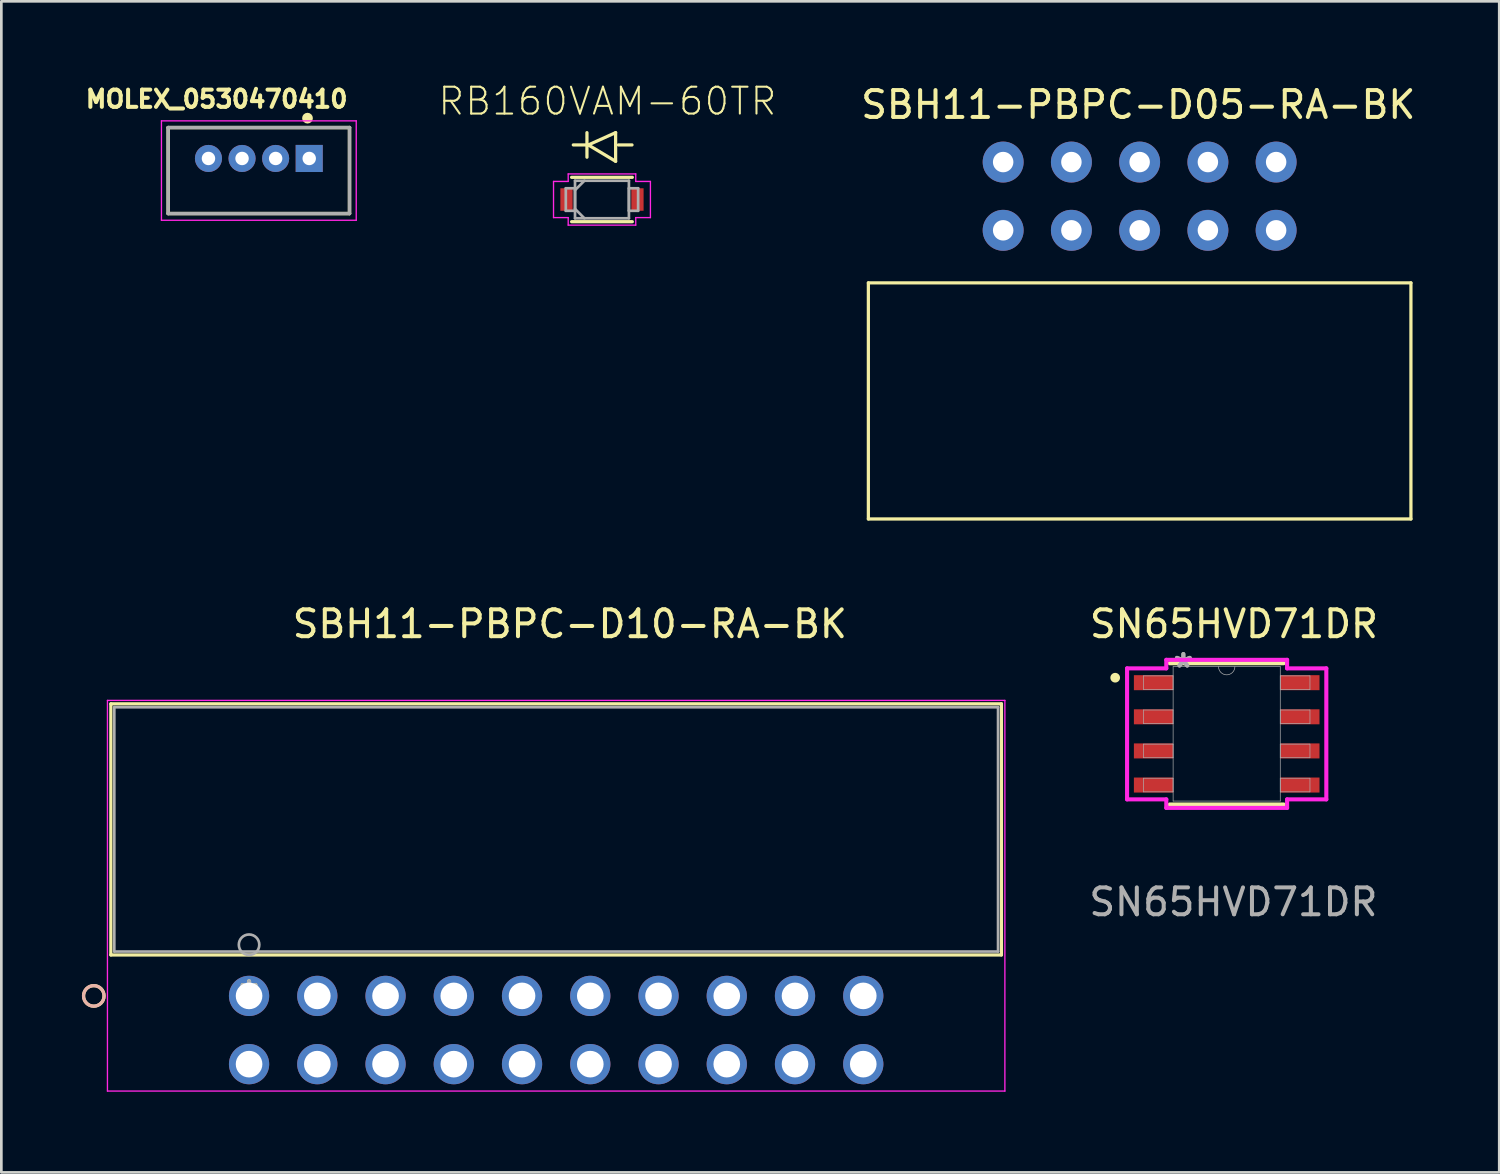
<source format=kicad_pcb>
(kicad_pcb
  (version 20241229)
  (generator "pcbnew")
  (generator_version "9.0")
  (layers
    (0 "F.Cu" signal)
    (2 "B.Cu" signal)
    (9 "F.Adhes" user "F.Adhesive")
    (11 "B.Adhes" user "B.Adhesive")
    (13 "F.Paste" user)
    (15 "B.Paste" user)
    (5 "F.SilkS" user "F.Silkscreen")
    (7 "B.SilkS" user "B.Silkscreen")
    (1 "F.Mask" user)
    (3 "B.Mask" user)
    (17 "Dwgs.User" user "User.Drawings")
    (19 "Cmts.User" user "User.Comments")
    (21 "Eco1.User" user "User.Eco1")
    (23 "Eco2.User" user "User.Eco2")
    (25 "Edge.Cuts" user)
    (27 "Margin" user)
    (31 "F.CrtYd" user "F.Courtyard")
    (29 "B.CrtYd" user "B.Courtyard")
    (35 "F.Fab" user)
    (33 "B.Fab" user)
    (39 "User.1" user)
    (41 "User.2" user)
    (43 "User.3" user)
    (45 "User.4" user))
  (footprint "RB160VAM-60TR"
    (layer "F.Cu")
    (at 19.355 4.376)
    (property "Reference" "RB160VAM-60TR" (at 0.203 -3.658 0) (layer "F.SilkS") (effects (font (size 1 1) (thickness 0.076))))
    (attr through_hole)
    (fp_line (start -1.13 0.826) (end 1.13 0.826) (stroke (width 0.12) (type solid)) (layer "F.SilkS"))
    (fp_line (start -0.559 -2.489) (end -0.559 -1.575) (stroke (width 0.12) (type solid)) (layer "F.SilkS"))
    (fp_line (start -0.508 -2.032) (end -1.067 -2.032) (stroke (width 0.12) (type solid)) (layer "F.SilkS"))
    (fp_line (start -0.508 -2.032) (end 0.508 -2.489) (stroke (width 0.12) (type solid)) (layer "F.SilkS"))
    (fp_line (start 0.508 -2.489) (end 0.508 -1.422) (stroke (width 0.12) (type solid)) (layer "F.SilkS"))
    (fp_line (start 0.508 -1.422) (end -0.508 -2.032) (stroke (width 0.12) (type solid)) (layer "F.SilkS"))
    (fp_line (start 0.61 -2.032) (end 1.118 -2.032) (stroke (width 0.12) (type solid)) (layer "F.SilkS"))
    (fp_line (start 1.13 -0.826) (end -1.13 -0.826) (stroke (width 0.12) (type solid)) (layer "F.SilkS"))
    (fp_line (start -1.803 -0.673) (end -1.257 -0.673) (stroke (width 0.05) (type solid)) (layer "F.CrtYd"))
    (fp_line (start -1.803 0.673) (end -1.803 -0.673) (stroke (width 0.05) (type solid)) (layer "F.CrtYd"))
    (fp_line (start -1.257 -0.953) (end 1.257 -0.953) (stroke (width 0.05) (type solid)) (layer "F.CrtYd"))
    (fp_line (start -1.257 -0.673) (end -1.257 -0.953) (stroke (width 0.05) (type solid)) (layer "F.CrtYd"))
    (fp_line (start -1.257 0.673) (end -1.803 0.673) (stroke (width 0.05) (type solid)) (layer "F.CrtYd"))
    (fp_line (start -1.257 0.953) (end -1.257 0.673) (stroke (width 0.05) (type solid)) (layer "F.CrtYd"))
    (fp_line (start 1.257 -0.953) (end 1.257 -0.673) (stroke (width 0.05) (type solid)) (layer "F.CrtYd"))
    (fp_line (start 1.257 -0.673) (end 1.803 -0.673) (stroke (width 0.05) (type solid)) (layer "F.CrtYd"))
    (fp_line (start 1.257 0.673) (end 1.257 0.953) (stroke (width 0.05) (type solid)) (layer "F.CrtYd"))
    (fp_line (start 1.257 0.953) (end -1.257 0.953) (stroke (width 0.05) (type solid)) (layer "F.CrtYd"))
    (fp_line (start 1.803 -0.673) (end 1.803 0.673) (stroke (width 0.05) (type solid)) (layer "F.CrtYd"))
    (fp_line (start 1.803 0.673) (end 1.257 0.673) (stroke (width 0.05) (type solid)) (layer "F.CrtYd"))
    (fp_line (start -1.346 -0.419) (end -1.346 0.419) (stroke (width 0.1) (type solid)) (layer "F.Fab"))
    (fp_line (start -1.346 0.419) (end -1.003 0.419) (stroke (width 0.1) (type solid)) (layer "F.Fab"))
    (fp_line (start -1.003 -0.699) (end -1.003 0.699) (stroke (width 0.1) (type solid)) (layer "F.Fab"))
    (fp_line (start -1.003 -0.419) (end -1.346 -0.419) (stroke (width 0.1) (type solid)) (layer "F.Fab"))
    (fp_line (start -1.003 -0.349) (end -0.654 -0.699) (stroke (width 0.1) (type solid)) (layer "F.Fab"))
    (fp_line (start -1.003 0.349) (end -0.654 0.699) (stroke (width 0.1) (type solid)) (layer "F.Fab"))
    (fp_line (start -1.003 0.419) (end -1.003 -0.419) (stroke (width 0.1) (type solid)) (layer "F.Fab"))
    (fp_line (start -1.003 0.699) (end 1.003 0.699) (stroke (width 0.1) (type solid)) (layer "F.Fab"))
    (fp_line (start 1.003 -0.699) (end -1.003 -0.699) (stroke (width 0.1) (type solid)) (layer "F.Fab"))
    (fp_line (start 1.003 -0.419) (end 1.003 0.419) (stroke (width 0.1) (type solid)) (layer "F.Fab"))
    (fp_line (start 1.003 0.419) (end 1.346 0.419) (stroke (width 0.1) (type solid)) (layer "F.Fab"))
    (fp_line (start 1.003 0.699) (end 1.003 -0.699) (stroke (width 0.1) (type solid)) (layer "F.Fab"))
    (fp_line (start 1.346 -0.419) (end 1.003 -0.419) (stroke (width 0.1) (type solid)) (layer "F.Fab"))
    (fp_line (start 1.346 0.419) (end 1.346 -0.419) (stroke (width 0.1) (type solid)) (layer "F.Fab"))
    (pad "1" smd rect (at -1.321 0) (size 0.457 0.838) (layers "F.Cu" "F.Mask" "F.Paste"))
    (pad "2" smd rect (at 1.321 0) (size 0.457 0.838) (layers "F.Cu" "F.Mask" "F.Paste")))
  (footprint "SBH11-PBPC-D10-RA-BK"
    (layer "F.Cu")
    (at 6.22 34.017)
    (property "Reference" "SBH11-PBPC-D10-RA-BK" (at 11.938 -13.843 0) (layer "F.SilkS") (effects (font (size 1 1) (thickness 0.15))))
    (attr through_hole)
    (fp_line (start -5.144 -10.871) (end -5.144 -1.524) (stroke (width 0.12) (type solid)) (layer "F.SilkS"))
    (fp_line (start -5.144 -1.524) (end 28.003 -1.524) (stroke (width 0.12) (type solid)) (layer "F.SilkS"))
    (fp_line (start 28.003 -10.871) (end -5.144 -10.871) (stroke (width 0.12) (type solid)) (layer "F.SilkS"))
    (fp_line (start 28.003 -1.524) (end 28.003 -10.871) (stroke (width 0.12) (type solid)) (layer "F.SilkS"))
    (fp_circle (center -5.779 0) (end -5.397 0) (stroke (width 0.12) (type solid)) (fill no) (layer "F.SilkS"))
    (fp_circle (center -5.779 0) (end -5.397 0) (stroke (width 0.12) (type solid)) (fill no) (layer "B.SilkS"))
    (fp_line (start -5.271 -10.998) (end -5.271 3.543) (stroke (width 0.05) (type solid)) (layer "F.CrtYd"))
    (fp_line (start -5.271 3.543) (end 28.131 3.543) (stroke (width 0.05) (type solid)) (layer "F.CrtYd"))
    (fp_line (start 28.131 -10.998) (end -5.271 -10.998) (stroke (width 0.05) (type solid)) (layer "F.CrtYd"))
    (fp_line (start 28.131 3.543) (end 28.131 -10.998) (stroke (width 0.05) (type solid)) (layer "F.CrtYd"))
    (fp_line (start -5.016 -10.744) (end -5.016 -1.651) (stroke (width 0.1) (type solid)) (layer "F.Fab"))
    (fp_line (start -5.016 -1.651) (end 27.877 -1.651) (stroke (width 0.1) (type solid)) (layer "F.Fab"))
    (fp_line (start 27.877 -10.744) (end -5.016 -10.744) (stroke (width 0.1) (type solid)) (layer "F.Fab"))
    (fp_line (start 27.877 -1.651) (end 27.877 -10.744) (stroke (width 0.1) (type solid)) (layer "F.Fab"))
    (fp_circle (center 0 -1.905) (end 0.381 -1.905) (stroke (width 0.1) (type solid)) (fill no) (layer "F.Fab"))
    (fp_text user "*" (at 0 0 0) (layer "F.SilkS") (effects (font (size 1 1) (thickness 0.15))))
    (fp_text user "*" (at 0 0 0) (layer "F.Fab") (effects (font (size 1 1) (thickness 0.15))))
    (pad "1" thru_hole circle (at 22.86 2.54) (size 1.499 1.499) (drill 0.991) (layers "*.Cu" "*.Mask"))
    (pad "2" thru_hole circle (at 22.86 0) (size 1.499 1.499) (drill 0.991) (layers "*.Cu" "*.Mask"))
    (pad "3" thru_hole circle (at 20.32 2.54) (size 1.499 1.499) (drill 0.991) (layers "*.Cu" "*.Mask"))
    (pad "4" thru_hole circle (at 20.32 0) (size 1.499 1.499) (drill 0.991) (layers "*.Cu" "*.Mask"))
    (pad "5" thru_hole circle (at 17.78 2.54) (size 1.499 1.499) (drill 0.991) (layers "*.Cu" "*.Mask"))
    (pad "6" thru_hole circle (at 17.78 0) (size 1.499 1.499) (drill 0.991) (layers "*.Cu" "*.Mask"))
    (pad "7" thru_hole circle (at 15.24 2.54) (size 1.499 1.499) (drill 0.991) (layers "*.Cu" "*.Mask"))
    (pad "8" thru_hole circle (at 15.24 0) (size 1.499 1.499) (drill 0.991) (layers "*.Cu" "*.Mask"))
    (pad "9" thru_hole circle (at 12.7 2.54) (size 1.499 1.499) (drill 0.991) (layers "*.Cu" "*.Mask"))
    (pad "10" thru_hole circle (at 12.7 0) (size 1.499 1.499) (drill 0.991) (layers "*.Cu" "*.Mask"))
    (pad "11" thru_hole circle (at 10.16 2.54) (size 1.499 1.499) (drill 0.991) (layers "*.Cu" "*.Mask"))
    (pad "12" thru_hole circle (at 10.16 0) (size 1.499 1.499) (drill 0.991) (layers "*.Cu" "*.Mask"))
    (pad "13" thru_hole circle (at 7.62 2.54) (size 1.499 1.499) (drill 0.991) (layers "*.Cu" "*.Mask"))
    (pad "14" thru_hole circle (at 7.62 0) (size 1.499 1.499) (drill 0.991) (layers "*.Cu" "*.Mask"))
    (pad "15" thru_hole circle (at 5.08 2.54) (size 1.499 1.499) (drill 0.991) (layers "*.Cu" "*.Mask"))
    (pad "16" thru_hole circle (at 5.08 0) (size 1.499 1.499) (drill 0.991) (layers "*.Cu" "*.Mask"))
    (pad "17" thru_hole circle (at 2.54 2.54) (size 1.499 1.499) (drill 0.991) (layers "*.Cu" "*.Mask"))
    (pad "18" thru_hole circle (at 2.54 0) (size 1.499 1.499) (drill 0.991) (layers "*.Cu" "*.Mask"))
    (pad "19" thru_hole circle (at 0 2.54) (size 1.499 1.499) (drill 0.991) (layers "*.Cu" "*.Mask"))
    (pad "20" thru_hole circle (at 0 0) (size 1.499 1.499) (drill 0.991) (layers "*.Cu" "*.Mask")))
  (footprint "SBH11-PBPC-D05-RA-BK"
    (layer "F.Cu")
    (at 39.367 4.252)
    (property "Reference" "SBH11-PBPC-D05-RA-BK" (at -0.051 -3.404 0) (layer "F.SilkS") (effects (font (size 1 1) (thickness 0.15))))
    (attr through_hole)
    (fp_line (start -10.097 3.226) (end -10.097 12.014) (stroke (width 0.12) (type solid)) (layer "F.SilkS"))
    (fp_line (start -10.097 3.226) (end 10.097 3.226) (stroke (width 0.12) (type solid)) (layer "F.SilkS"))
    (fp_line (start -10.097 12.014) (end 10.097 12.014) (stroke (width 0.12) (type solid)) (layer "F.SilkS"))
    (fp_line (start 10.097 3.226) (end 10.097 12.014) (stroke (width 0.12) (type solid)) (layer "F.SilkS"))
    (pad "1" thru_hole circle (at -5.08 -1.27) (size 1.524 1.524) (drill 0.762) (layers "*.Cu" "*.Mask"))
    (pad "2" thru_hole circle (at -2.54 -1.27) (size 1.524 1.524) (drill 0.762) (layers "*.Cu" "*.Mask"))
    (pad "3" thru_hole circle (at 0 -1.27) (size 1.524 1.524) (drill 0.762) (layers "*.Cu" "*.Mask"))
    (pad "4" thru_hole circle (at 2.54 -1.27) (size 1.524 1.524) (drill 0.762) (layers "*.Cu" "*.Mask"))
    (pad "5" thru_hole circle (at 5.08 -1.27) (size 1.524 1.524) (drill 0.762) (layers "*.Cu" "*.Mask"))
    (pad "6" thru_hole circle (at -5.08 1.27) (size 1.524 1.524) (drill 0.762) (layers "*.Cu" "*.Mask"))
    (pad "7" thru_hole circle (at -2.54 1.27) (size 1.524 1.524) (drill 0.762) (layers "*.Cu" "*.Mask"))
    (pad "8" thru_hole circle (at 0 1.27) (size 1.524 1.524) (drill 0.762) (layers "*.Cu" "*.Mask"))
    (pad "9" thru_hole circle (at 2.54 1.27) (size 1.524 1.524) (drill 0.762) (layers "*.Cu" "*.Mask"))
    (pad "10" thru_hole circle (at 5.08 1.27) (size 1.524 1.524) (drill 0.762) (layers "*.Cu" "*.Mask")))
  (footprint "MOLEX_0530470410"
    (layer "F.Cu")
    (at 6.584 2.848)
    (property "Reference" "MOLEX_0530470410" (at -1.57 -2.21 0) (layer "F.SilkS") (effects (font (size 0.641 0.641) (thickness 0.15))))
    (attr through_hole)
    (fp_line (start -3.375 -1.15) (end 3.375 -1.15) (stroke (width 0.127) (type solid)) (layer "F.SilkS"))
    (fp_line (start -3.375 2.05) (end -3.375 -1.15) (stroke (width 0.127) (type solid)) (layer "F.SilkS"))
    (fp_line (start 3.375 -1.15) (end 3.375 2.05) (stroke (width 0.127) (type solid)) (layer "F.SilkS"))
    (fp_line (start 3.375 2.05) (end -3.375 2.05) (stroke (width 0.127) (type solid)) (layer "F.SilkS"))
    (fp_circle (center 1.811 -1.5) (end 1.911 -1.5) (stroke (width 0.2) (type solid)) (fill no) (layer "F.SilkS"))
    (fp_line (start -3.625 -1.4) (end 3.625 -1.4) (stroke (width 0.05) (type solid)) (layer "F.CrtYd"))
    (fp_line (start -3.625 2.3) (end -3.625 -1.4) (stroke (width 0.05) (type solid)) (layer "F.CrtYd"))
    (fp_line (start 3.625 -1.4) (end 3.625 2.3) (stroke (width 0.05) (type solid)) (layer "F.CrtYd"))
    (fp_line (start 3.625 2.3) (end -3.625 2.3) (stroke (width 0.05) (type solid)) (layer "F.CrtYd"))
    (fp_line (start -3.375 -1.15) (end 3.375 -1.15) (stroke (width 0.127) (type solid)) (layer "F.Fab"))
    (fp_line (start -3.375 2.05) (end -3.375 -1.15) (stroke (width 0.127) (type solid)) (layer "F.Fab"))
    (fp_line (start 3.375 -1.15) (end 3.375 2.05) (stroke (width 0.127) (type solid)) (layer "F.Fab"))
    (fp_line (start 3.375 2.05) (end -3.375 2.05) (stroke (width 0.127) (type solid)) (layer "F.Fab"))
    (pad "1" thru_hole rect (at 1.875 0) (size 1.008 1.008) (drill 0.5) (layers "*.Cu" "*.Mask"))
    (pad "2" thru_hole circle (at 0.625 0) (size 1.008 1.008) (drill 0.5) (layers "*.Cu" "*.Mask"))
    (pad "3" thru_hole circle (at -0.625 0) (size 1.008 1.008) (drill 0.5) (layers "*.Cu" "*.Mask"))
    (pad "4" thru_hole circle (at -1.875 0) (size 1.008 1.008) (drill 0.5) (layers "*.Cu" "*.Mask")))
  (footprint "SN65HVD71DR"
    (layer "F.Cu")
    (at 42.607 24.264)
    (property "Reference" "SN65HVD71DR" (at 0.27 -4.09 0) (unlocked yes) (layer "F.SilkS") (effects (font (size 1 1) (thickness 0.15))))
    (attr smd)
    (fp_line (start -2.121 2.629) (end 2.121 2.629) (stroke (width 0.152) (type solid)) (layer "F.SilkS"))
    (fp_line (start 2.121 -2.629) (end -2.121 -2.629) (stroke (width 0.152) (type solid)) (layer "F.SilkS"))
    (fp_circle (center -4.15 -2.09) (end -4.03 -2.09) (stroke (width 0.12) (type solid)) (fill yes) (layer "F.SilkS"))
    (fp_line (start -3.708 -2.438) (end -2.248 -2.438) (stroke (width 0.152) (type solid)) (layer "F.CrtYd"))
    (fp_line (start -3.708 2.438) (end -3.708 -2.438) (stroke (width 0.152) (type solid)) (layer "F.CrtYd"))
    (fp_line (start -3.708 2.438) (end -2.248 2.438) (stroke (width 0.152) (type solid)) (layer "F.CrtYd"))
    (fp_line (start -2.248 -2.756) (end 2.248 -2.756) (stroke (width 0.152) (type solid)) (layer "F.CrtYd"))
    (fp_line (start -2.248 -2.438) (end -2.248 -2.756) (stroke (width 0.152) (type solid)) (layer "F.CrtYd"))
    (fp_line (start -2.248 2.756) (end -2.248 2.438) (stroke (width 0.152) (type solid)) (layer "F.CrtYd"))
    (fp_line (start 2.248 -2.756) (end 2.248 -2.438) (stroke (width 0.152) (type solid)) (layer "F.CrtYd"))
    (fp_line (start 2.248 2.438) (end 2.248 2.756) (stroke (width 0.152) (type solid)) (layer "F.CrtYd"))
    (fp_line (start 2.248 2.756) (end -2.248 2.756) (stroke (width 0.152) (type solid)) (layer "F.CrtYd"))
    (fp_line (start 3.708 -2.438) (end 2.248 -2.438) (stroke (width 0.152) (type solid)) (layer "F.CrtYd"))
    (fp_line (start 3.708 -2.438) (end 3.708 2.438) (stroke (width 0.152) (type solid)) (layer "F.CrtYd"))
    (fp_line (start 3.708 2.438) (end 2.248 2.438) (stroke (width 0.152) (type solid)) (layer "F.CrtYd"))
    (fp_line (start -3.099 -2.159) (end -3.099 -1.651) (stroke (width 0.025) (type solid)) (layer "F.Fab"))
    (fp_line (start -3.099 -1.651) (end -1.994 -1.651) (stroke (width 0.025) (type solid)) (layer "F.Fab"))
    (fp_line (start -3.099 -0.889) (end -3.099 -0.381) (stroke (width 0.025) (type solid)) (layer "F.Fab"))
    (fp_line (start -3.099 -0.381) (end -1.994 -0.381) (stroke (width 0.025) (type solid)) (layer "F.Fab"))
    (fp_line (start -3.099 0.381) (end -3.099 0.889) (stroke (width 0.025) (type solid)) (layer "F.Fab"))
    (fp_line (start -3.099 0.889) (end -1.994 0.889) (stroke (width 0.025) (type solid)) (layer "F.Fab"))
    (fp_line (start -3.099 1.651) (end -3.099 2.159) (stroke (width 0.025) (type solid)) (layer "F.Fab"))
    (fp_line (start -3.099 2.159) (end -1.994 2.159) (stroke (width 0.025) (type solid)) (layer "F.Fab"))
    (fp_line (start -1.994 -2.502) (end -1.994 2.502) (stroke (width 0.025) (type solid)) (layer "F.Fab"))
    (fp_line (start -1.994 -2.159) (end -3.099 -2.159) (stroke (width 0.025) (type solid)) (layer "F.Fab"))
    (fp_line (start -1.994 -1.651) (end -1.994 -2.159) (stroke (width 0.025) (type solid)) (layer "F.Fab"))
    (fp_line (start -1.994 -0.889) (end -3.099 -0.889) (stroke (width 0.025) (type solid)) (layer "F.Fab"))
    (fp_line (start -1.994 -0.381) (end -1.994 -0.889) (stroke (width 0.025) (type solid)) (layer "F.Fab"))
    (fp_line (start -1.994 0.381) (end -3.099 0.381) (stroke (width 0.025) (type solid)) (layer "F.Fab"))
    (fp_line (start -1.994 0.889) (end -1.994 0.381) (stroke (width 0.025) (type solid)) (layer "F.Fab"))
    (fp_line (start -1.994 1.651) (end -3.099 1.651) (stroke (width 0.025) (type solid)) (layer "F.Fab"))
    (fp_line (start -1.994 2.159) (end -1.994 1.651) (stroke (width 0.025) (type solid)) (layer "F.Fab"))
    (fp_line (start -1.994 2.502) (end 1.994 2.502) (stroke (width 0.025) (type solid)) (layer "F.Fab"))
    (fp_line (start 1.994 -2.502) (end -1.994 -2.502) (stroke (width 0.025) (type solid)) (layer "F.Fab"))
    (fp_line (start 1.994 -2.159) (end 1.994 -1.651) (stroke (width 0.025) (type solid)) (layer "F.Fab"))
    (fp_line (start 1.994 -1.651) (end 3.099 -1.651) (stroke (width 0.025) (type solid)) (layer "F.Fab"))
    (fp_line (start 1.994 -0.889) (end 1.994 -0.381) (stroke (width 0.025) (type solid)) (layer "F.Fab"))
    (fp_line (start 1.994 -0.381) (end 3.099 -0.381) (stroke (width 0.025) (type solid)) (layer "F.Fab"))
    (fp_line (start 1.994 0.381) (end 1.994 0.889) (stroke (width 0.025) (type solid)) (layer "F.Fab"))
    (fp_line (start 1.994 0.889) (end 3.099 0.889) (stroke (width 0.025) (type solid)) (layer "F.Fab"))
    (fp_line (start 1.994 1.651) (end 1.994 2.159) (stroke (width 0.025) (type solid)) (layer "F.Fab"))
    (fp_line (start 1.994 2.159) (end 3.099 2.159) (stroke (width 0.025) (type solid)) (layer "F.Fab"))
    (fp_line (start 1.994 2.502) (end 1.994 -2.502) (stroke (width 0.025) (type solid)) (layer "F.Fab"))
    (fp_line (start 3.099 -2.159) (end 1.994 -2.159) (stroke (width 0.025) (type solid)) (layer "F.Fab"))
    (fp_line (start 3.099 -1.651) (end 3.099 -2.159) (stroke (width 0.025) (type solid)) (layer "F.Fab"))
    (fp_line (start 3.099 -0.889) (end 1.994 -0.889) (stroke (width 0.025) (type solid)) (layer "F.Fab"))
    (fp_line (start 3.099 -0.381) (end 3.099 -0.889) (stroke (width 0.025) (type solid)) (layer "F.Fab"))
    (fp_line (start 3.099 0.381) (end 1.994 0.381) (stroke (width 0.025) (type solid)) (layer "F.Fab"))
    (fp_line (start 3.099 0.889) (end 3.099 0.381) (stroke (width 0.025) (type solid)) (layer "F.Fab"))
    (fp_line (start 3.099 1.651) (end 1.994 1.651) (stroke (width 0.025) (type solid)) (layer "F.Fab"))
    (fp_line (start 3.099 2.159) (end 3.099 1.651) (stroke (width 0.025) (type solid)) (layer "F.Fab"))
    (fp_arc (start 0.3048 -2.5019) (mid 0 -2.1971) (end -0.3048 -2.5019) (stroke (width 0.0254) (type solid)) (layer "F.Fab"))
    (fp_text user "*" (at -1.613 -2.426 0) (layer "F.Fab") (effects (font (size 1 1) (thickness 0.15))))
    (fp_text user "*" (at -1.613 -2.426 0) (unlocked yes) (layer "F.Fab") (effects (font (size 1 1) (thickness 0.15))))
    (fp_text user "${REFERENCE}" (at 0.25 6.26 0) (unlocked yes) (layer "F.Fab") (effects (font (size 1 1) (thickness 0.15))))
    (pad "1" smd rect (at -2.724 -1.905) (size 1.46 0.559) (layers "F.Cu" "F.Mask" "F.Paste"))
    (pad "2" smd rect (at -2.724 -0.635) (size 1.46 0.559) (layers "F.Cu" "F.Mask" "F.Paste"))
    (pad "3" smd rect (at -2.724 0.635) (size 1.46 0.559) (layers "F.Cu" "F.Mask" "F.Paste"))
    (pad "4" smd rect (at -2.724 1.905) (size 1.46 0.559) (layers "F.Cu" "F.Mask" "F.Paste"))
    (pad "5" smd rect (at 2.724 1.905) (size 1.46 0.559) (layers "F.Cu" "F.Mask" "F.Paste"))
    (pad "6" smd rect (at 2.724 0.635) (size 1.46 0.559) (layers "F.Cu" "F.Mask" "F.Paste"))
    (pad "7" smd rect (at 2.724 -0.635) (size 1.46 0.559) (layers "F.Cu" "F.Mask" "F.Paste"))
    (pad "8" smd rect (at 2.724 -1.905) (size 1.46 0.559) (layers "F.Cu" "F.Mask" "F.Paste")))
  (gr_rect
    (start -3 -3)
    (end 52.751 40.586)
    (stroke (width 0.1) (type default))
    (fill no)
    (layer "Edge.Cuts")))
</source>
